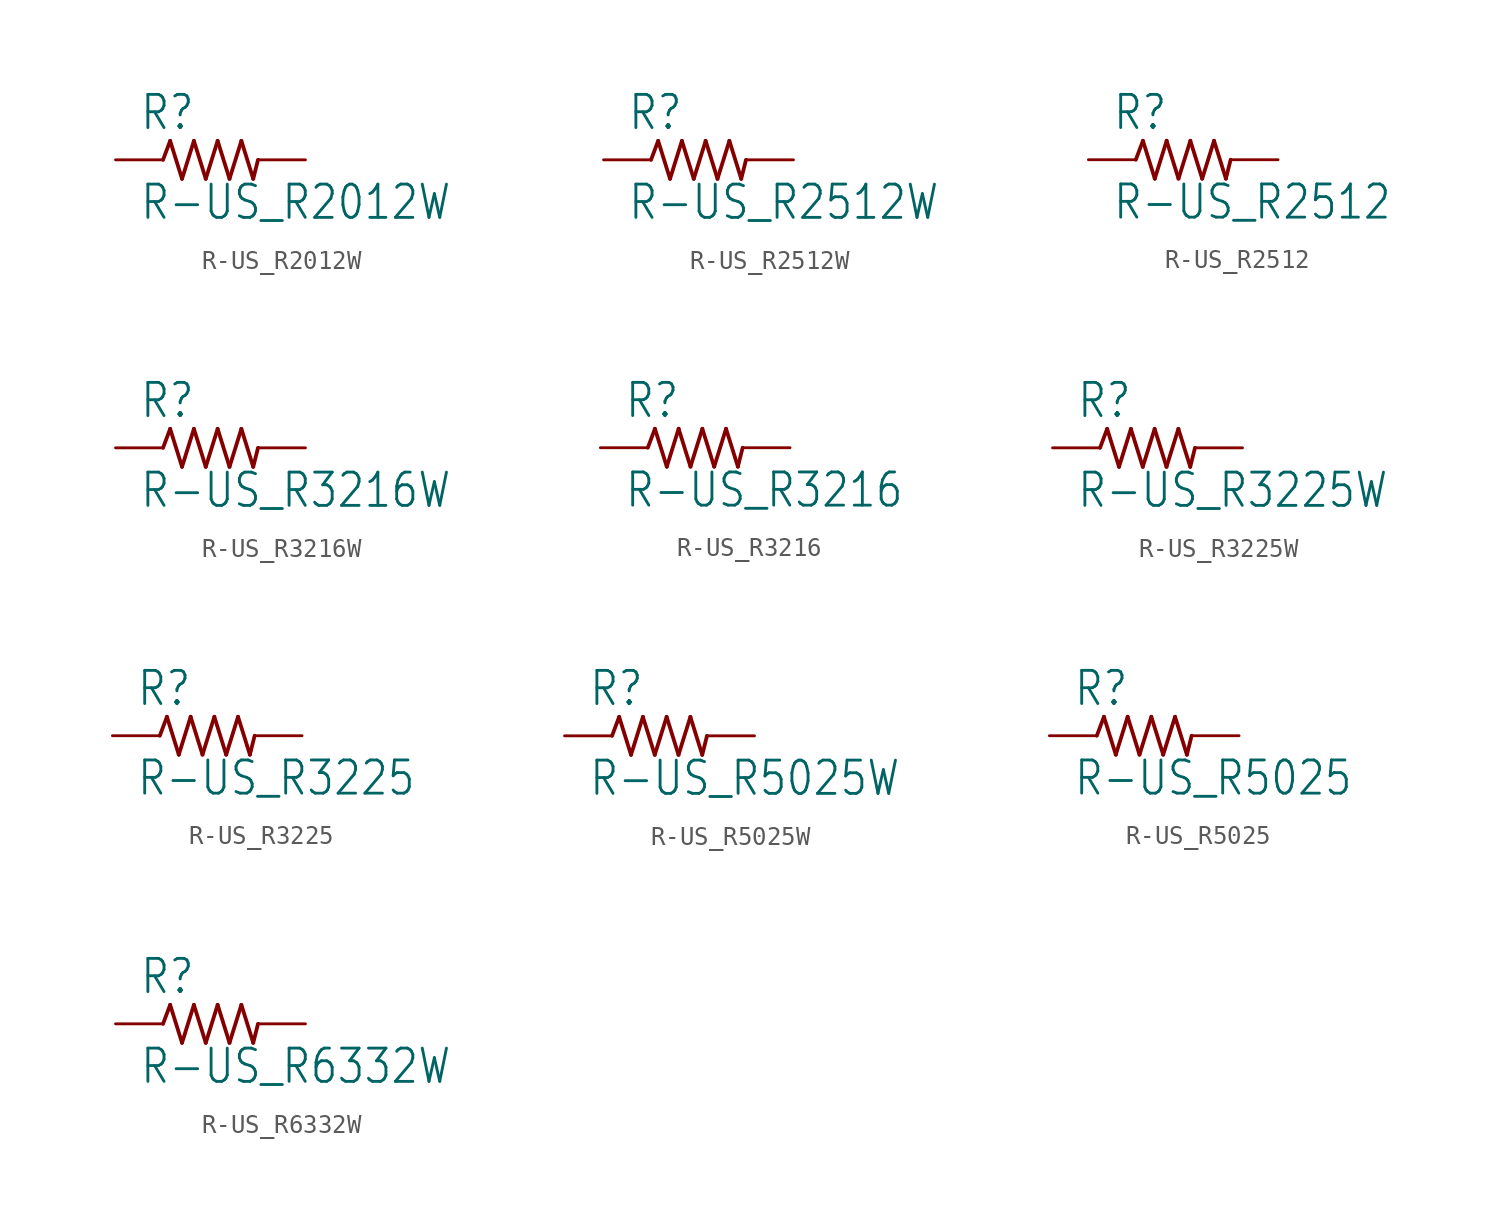
<source format=kicad_sym>
(kicad_symbol_lib
  (version 20210619)
  (generator kicad_symbol_editor)
  (symbol "R-US_R2012W"
    (property "Reference" "R"
      (at -3.81 1.499 0)
      (effects (font (size 1.778 1.511)) (justify left bottom)))
    (property "Value" "R-US_R2012W"
      (at -3.81 -3.302 0)
      (effects (font (size 1.778 1.511)) (justify left bottom)))
    (property "ki_locked" ""
      (at 0 0 0)
      (effects (font (size 1.27 1.27))))
    (symbol "R-US_R2012W_1_0"
      (polyline (pts (xy -2.54 0) (xy -2.159 1.016)) (stroke (width 0.203)) (fill (type none)))
      (polyline (pts (xy -2.159 1.016) (xy -1.524 -1.016)) (stroke (width 0.203)) (fill (type none)))
      (polyline (pts (xy -1.524 -1.016) (xy -0.889 1.016)) (stroke (width 0.203)) (fill (type none)))
      (polyline (pts (xy -0.889 1.016) (xy -0.254 -1.016)) (stroke (width 0.203)) (fill (type none)))
      (polyline (pts (xy -0.254 -1.016) (xy 0.381 1.016)) (stroke (width 0.203)) (fill (type none)))
      (polyline (pts (xy 0.381 1.016) (xy 1.016 -1.016)) (stroke (width 0.203)) (fill (type none)))
      (polyline (pts (xy 1.016 -1.016) (xy 1.651 1.016)) (stroke (width 0.203)) (fill (type none)))
      (polyline (pts (xy 1.651 1.016) (xy 2.286 -1.016)) (stroke (width 0.203)) (fill (type none)))
      (polyline (pts (xy 2.286 -1.016) (xy 2.54 0)) (stroke (width 0.203)) (fill (type none)))
      (pin passive line (at -5.08 0 0) (length 2.54) (name "1" (effects (font (size 0 0)))) (number "1" (effects (font (size 0 0)))))
      (pin passive line (at 5.08 0 180) (length 2.54) (name "2" (effects (font (size 0 0)))) (number "2" (effects (font (size 0 0)))))))
  (symbol "R-US_R2512W"
    (property "Reference" "R"
      (at -3.81 1.499 0)
      (effects (font (size 1.778 1.511)) (justify left bottom)))
    (property "Value" "R-US_R2512W"
      (at -3.81 -3.302 0)
      (effects (font (size 1.778 1.511)) (justify left bottom)))
    (property "ki_locked" ""
      (at 0 0 0)
      (effects (font (size 1.27 1.27))))
    (symbol "R-US_R2512W_1_0"
      (polyline (pts (xy -2.54 0) (xy -2.159 1.016)) (stroke (width 0.203)) (fill (type none)))
      (polyline (pts (xy -2.159 1.016) (xy -1.524 -1.016)) (stroke (width 0.203)) (fill (type none)))
      (polyline (pts (xy -1.524 -1.016) (xy -0.889 1.016)) (stroke (width 0.203)) (fill (type none)))
      (polyline (pts (xy -0.889 1.016) (xy -0.254 -1.016)) (stroke (width 0.203)) (fill (type none)))
      (polyline (pts (xy -0.254 -1.016) (xy 0.381 1.016)) (stroke (width 0.203)) (fill (type none)))
      (polyline (pts (xy 0.381 1.016) (xy 1.016 -1.016)) (stroke (width 0.203)) (fill (type none)))
      (polyline (pts (xy 1.016 -1.016) (xy 1.651 1.016)) (stroke (width 0.203)) (fill (type none)))
      (polyline (pts (xy 1.651 1.016) (xy 2.286 -1.016)) (stroke (width 0.203)) (fill (type none)))
      (polyline (pts (xy 2.286 -1.016) (xy 2.54 0)) (stroke (width 0.203)) (fill (type none)))
      (pin passive line (at -5.08 0 0) (length 2.54) (name "1" (effects (font (size 0 0)))) (number "1" (effects (font (size 0 0)))))
      (pin passive line (at 5.08 0 180) (length 2.54) (name "2" (effects (font (size 0 0)))) (number "2" (effects (font (size 0 0)))))))
  (symbol "R-US_R2512"
    (property "Reference" "R"
      (at -3.81 1.499 0)
      (effects (font (size 1.778 1.511)) (justify left bottom)))
    (property "Value" "R-US_R2512"
      (at -3.81 -3.302 0)
      (effects (font (size 1.778 1.511)) (justify left bottom)))
    (property "ki_locked" ""
      (at 0 0 0)
      (effects (font (size 1.27 1.27))))
    (symbol "R-US_R2512_1_0"
      (polyline (pts (xy -2.54 0) (xy -2.159 1.016)) (stroke (width 0.203)) (fill (type none)))
      (polyline (pts (xy -2.159 1.016) (xy -1.524 -1.016)) (stroke (width 0.203)) (fill (type none)))
      (polyline (pts (xy -1.524 -1.016) (xy -0.889 1.016)) (stroke (width 0.203)) (fill (type none)))
      (polyline (pts (xy -0.889 1.016) (xy -0.254 -1.016)) (stroke (width 0.203)) (fill (type none)))
      (polyline (pts (xy -0.254 -1.016) (xy 0.381 1.016)) (stroke (width 0.203)) (fill (type none)))
      (polyline (pts (xy 0.381 1.016) (xy 1.016 -1.016)) (stroke (width 0.203)) (fill (type none)))
      (polyline (pts (xy 1.016 -1.016) (xy 1.651 1.016)) (stroke (width 0.203)) (fill (type none)))
      (polyline (pts (xy 1.651 1.016) (xy 2.286 -1.016)) (stroke (width 0.203)) (fill (type none)))
      (polyline (pts (xy 2.286 -1.016) (xy 2.54 0)) (stroke (width 0.203)) (fill (type none)))
      (pin passive line (at -5.08 0 0) (length 2.54) (name "1" (effects (font (size 0 0)))) (number "1" (effects (font (size 0 0)))))
      (pin passive line (at 5.08 0 180) (length 2.54) (name "2" (effects (font (size 0 0)))) (number "2" (effects (font (size 0 0)))))))
  (symbol "R-US_R3216W"
    (property "Reference" "R"
      (at -3.81 1.499 0)
      (effects (font (size 1.778 1.511)) (justify left bottom)))
    (property "Value" "R-US_R3216W"
      (at -3.81 -3.302 0)
      (effects (font (size 1.778 1.511)) (justify left bottom)))
    (property "ki_locked" ""
      (at 0 0 0)
      (effects (font (size 1.27 1.27))))
    (symbol "R-US_R3216W_1_0"
      (polyline (pts (xy -2.54 0) (xy -2.159 1.016)) (stroke (width 0.203)) (fill (type none)))
      (polyline (pts (xy -2.159 1.016) (xy -1.524 -1.016)) (stroke (width 0.203)) (fill (type none)))
      (polyline (pts (xy -1.524 -1.016) (xy -0.889 1.016)) (stroke (width 0.203)) (fill (type none)))
      (polyline (pts (xy -0.889 1.016) (xy -0.254 -1.016)) (stroke (width 0.203)) (fill (type none)))
      (polyline (pts (xy -0.254 -1.016) (xy 0.381 1.016)) (stroke (width 0.203)) (fill (type none)))
      (polyline (pts (xy 0.381 1.016) (xy 1.016 -1.016)) (stroke (width 0.203)) (fill (type none)))
      (polyline (pts (xy 1.016 -1.016) (xy 1.651 1.016)) (stroke (width 0.203)) (fill (type none)))
      (polyline (pts (xy 1.651 1.016) (xy 2.286 -1.016)) (stroke (width 0.203)) (fill (type none)))
      (polyline (pts (xy 2.286 -1.016) (xy 2.54 0)) (stroke (width 0.203)) (fill (type none)))
      (pin passive line (at -5.08 0 0) (length 2.54) (name "1" (effects (font (size 0 0)))) (number "1" (effects (font (size 0 0)))))
      (pin passive line (at 5.08 0 180) (length 2.54) (name "2" (effects (font (size 0 0)))) (number "2" (effects (font (size 0 0)))))))
  (symbol "R-US_R3216"
    (property "Reference" "R"
      (at -3.81 1.499 0)
      (effects (font (size 1.778 1.511)) (justify left bottom)))
    (property "Value" "R-US_R3216"
      (at -3.81 -3.302 0)
      (effects (font (size 1.778 1.511)) (justify left bottom)))
    (property "ki_locked" ""
      (at 0 0 0)
      (effects (font (size 1.27 1.27))))
    (symbol "R-US_R3216_1_0"
      (polyline (pts (xy -2.54 0) (xy -2.159 1.016)) (stroke (width 0.203)) (fill (type none)))
      (polyline (pts (xy -2.159 1.016) (xy -1.524 -1.016)) (stroke (width 0.203)) (fill (type none)))
      (polyline (pts (xy -1.524 -1.016) (xy -0.889 1.016)) (stroke (width 0.203)) (fill (type none)))
      (polyline (pts (xy -0.889 1.016) (xy -0.254 -1.016)) (stroke (width 0.203)) (fill (type none)))
      (polyline (pts (xy -0.254 -1.016) (xy 0.381 1.016)) (stroke (width 0.203)) (fill (type none)))
      (polyline (pts (xy 0.381 1.016) (xy 1.016 -1.016)) (stroke (width 0.203)) (fill (type none)))
      (polyline (pts (xy 1.016 -1.016) (xy 1.651 1.016)) (stroke (width 0.203)) (fill (type none)))
      (polyline (pts (xy 1.651 1.016) (xy 2.286 -1.016)) (stroke (width 0.203)) (fill (type none)))
      (polyline (pts (xy 2.286 -1.016) (xy 2.54 0)) (stroke (width 0.203)) (fill (type none)))
      (pin passive line (at -5.08 0 0) (length 2.54) (name "1" (effects (font (size 0 0)))) (number "1" (effects (font (size 0 0)))))
      (pin passive line (at 5.08 0 180) (length 2.54) (name "2" (effects (font (size 0 0)))) (number "2" (effects (font (size 0 0)))))))
  (symbol "R-US_R3225W"
    (property "Reference" "R"
      (at -3.81 1.499 0)
      (effects (font (size 1.778 1.511)) (justify left bottom)))
    (property "Value" "R-US_R3225W"
      (at -3.81 -3.302 0)
      (effects (font (size 1.778 1.511)) (justify left bottom)))
    (property "ki_locked" ""
      (at 0 0 0)
      (effects (font (size 1.27 1.27))))
    (symbol "R-US_R3225W_1_0"
      (polyline (pts (xy -2.54 0) (xy -2.159 1.016)) (stroke (width 0.203)) (fill (type none)))
      (polyline (pts (xy -2.159 1.016) (xy -1.524 -1.016)) (stroke (width 0.203)) (fill (type none)))
      (polyline (pts (xy -1.524 -1.016) (xy -0.889 1.016)) (stroke (width 0.203)) (fill (type none)))
      (polyline (pts (xy -0.889 1.016) (xy -0.254 -1.016)) (stroke (width 0.203)) (fill (type none)))
      (polyline (pts (xy -0.254 -1.016) (xy 0.381 1.016)) (stroke (width 0.203)) (fill (type none)))
      (polyline (pts (xy 0.381 1.016) (xy 1.016 -1.016)) (stroke (width 0.203)) (fill (type none)))
      (polyline (pts (xy 1.016 -1.016) (xy 1.651 1.016)) (stroke (width 0.203)) (fill (type none)))
      (polyline (pts (xy 1.651 1.016) (xy 2.286 -1.016)) (stroke (width 0.203)) (fill (type none)))
      (polyline (pts (xy 2.286 -1.016) (xy 2.54 0)) (stroke (width 0.203)) (fill (type none)))
      (pin passive line (at -5.08 0 0) (length 2.54) (name "1" (effects (font (size 0 0)))) (number "1" (effects (font (size 0 0)))))
      (pin passive line (at 5.08 0 180) (length 2.54) (name "2" (effects (font (size 0 0)))) (number "2" (effects (font (size 0 0)))))))
  (symbol "R-US_R3225"
    (property "Reference" "R"
      (at -3.81 1.499 0)
      (effects (font (size 1.778 1.511)) (justify left bottom)))
    (property "Value" "R-US_R3225"
      (at -3.81 -3.302 0)
      (effects (font (size 1.778 1.511)) (justify left bottom)))
    (property "ki_locked" ""
      (at 0 0 0)
      (effects (font (size 1.27 1.27))))
    (symbol "R-US_R3225_1_0"
      (polyline (pts (xy -2.54 0) (xy -2.159 1.016)) (stroke (width 0.203)) (fill (type none)))
      (polyline (pts (xy -2.159 1.016) (xy -1.524 -1.016)) (stroke (width 0.203)) (fill (type none)))
      (polyline (pts (xy -1.524 -1.016) (xy -0.889 1.016)) (stroke (width 0.203)) (fill (type none)))
      (polyline (pts (xy -0.889 1.016) (xy -0.254 -1.016)) (stroke (width 0.203)) (fill (type none)))
      (polyline (pts (xy -0.254 -1.016) (xy 0.381 1.016)) (stroke (width 0.203)) (fill (type none)))
      (polyline (pts (xy 0.381 1.016) (xy 1.016 -1.016)) (stroke (width 0.203)) (fill (type none)))
      (polyline (pts (xy 1.016 -1.016) (xy 1.651 1.016)) (stroke (width 0.203)) (fill (type none)))
      (polyline (pts (xy 1.651 1.016) (xy 2.286 -1.016)) (stroke (width 0.203)) (fill (type none)))
      (polyline (pts (xy 2.286 -1.016) (xy 2.54 0)) (stroke (width 0.203)) (fill (type none)))
      (pin passive line (at -5.08 0 0) (length 2.54) (name "1" (effects (font (size 0 0)))) (number "1" (effects (font (size 0 0)))))
      (pin passive line (at 5.08 0 180) (length 2.54) (name "2" (effects (font (size 0 0)))) (number "2" (effects (font (size 0 0)))))))
  (symbol "R-US_R5025W"
    (property "Reference" "R"
      (at -3.81 1.499 0)
      (effects (font (size 1.778 1.511)) (justify left bottom)))
    (property "Value" "R-US_R5025W"
      (at -3.81 -3.302 0)
      (effects (font (size 1.778 1.511)) (justify left bottom)))
    (property "ki_locked" ""
      (at 0 0 0)
      (effects (font (size 1.27 1.27))))
    (symbol "R-US_R5025W_1_0"
      (polyline (pts (xy -2.54 0) (xy -2.159 1.016)) (stroke (width 0.203)) (fill (type none)))
      (polyline (pts (xy -2.159 1.016) (xy -1.524 -1.016)) (stroke (width 0.203)) (fill (type none)))
      (polyline (pts (xy -1.524 -1.016) (xy -0.889 1.016)) (stroke (width 0.203)) (fill (type none)))
      (polyline (pts (xy -0.889 1.016) (xy -0.254 -1.016)) (stroke (width 0.203)) (fill (type none)))
      (polyline (pts (xy -0.254 -1.016) (xy 0.381 1.016)) (stroke (width 0.203)) (fill (type none)))
      (polyline (pts (xy 0.381 1.016) (xy 1.016 -1.016)) (stroke (width 0.203)) (fill (type none)))
      (polyline (pts (xy 1.016 -1.016) (xy 1.651 1.016)) (stroke (width 0.203)) (fill (type none)))
      (polyline (pts (xy 1.651 1.016) (xy 2.286 -1.016)) (stroke (width 0.203)) (fill (type none)))
      (polyline (pts (xy 2.286 -1.016) (xy 2.54 0)) (stroke (width 0.203)) (fill (type none)))
      (pin passive line (at -5.08 0 0) (length 2.54) (name "1" (effects (font (size 0 0)))) (number "1" (effects (font (size 0 0)))))
      (pin passive line (at 5.08 0 180) (length 2.54) (name "2" (effects (font (size 0 0)))) (number "2" (effects (font (size 0 0)))))))
  (symbol "R-US_R5025"
    (property "Reference" "R"
      (at -3.81 1.499 0)
      (effects (font (size 1.778 1.511)) (justify left bottom)))
    (property "Value" "R-US_R5025"
      (at -3.81 -3.302 0)
      (effects (font (size 1.778 1.511)) (justify left bottom)))
    (property "ki_locked" ""
      (at 0 0 0)
      (effects (font (size 1.27 1.27))))
    (symbol "R-US_R5025_1_0"
      (polyline (pts (xy -2.54 0) (xy -2.159 1.016)) (stroke (width 0.203)) (fill (type none)))
      (polyline (pts (xy -2.159 1.016) (xy -1.524 -1.016)) (stroke (width 0.203)) (fill (type none)))
      (polyline (pts (xy -1.524 -1.016) (xy -0.889 1.016)) (stroke (width 0.203)) (fill (type none)))
      (polyline (pts (xy -0.889 1.016) (xy -0.254 -1.016)) (stroke (width 0.203)) (fill (type none)))
      (polyline (pts (xy -0.254 -1.016) (xy 0.381 1.016)) (stroke (width 0.203)) (fill (type none)))
      (polyline (pts (xy 0.381 1.016) (xy 1.016 -1.016)) (stroke (width 0.203)) (fill (type none)))
      (polyline (pts (xy 1.016 -1.016) (xy 1.651 1.016)) (stroke (width 0.203)) (fill (type none)))
      (polyline (pts (xy 1.651 1.016) (xy 2.286 -1.016)) (stroke (width 0.203)) (fill (type none)))
      (polyline (pts (xy 2.286 -1.016) (xy 2.54 0)) (stroke (width 0.203)) (fill (type none)))
      (pin passive line (at -5.08 0 0) (length 2.54) (name "1" (effects (font (size 0 0)))) (number "1" (effects (font (size 0 0)))))
      (pin passive line (at 5.08 0 180) (length 2.54) (name "2" (effects (font (size 0 0)))) (number "2" (effects (font (size 0 0)))))))
  (symbol "R-US_R6332W"
    (property "Reference" "R"
      (at -3.81 1.499 0)
      (effects (font (size 1.778 1.511)) (justify left bottom)))
    (property "Value" "R-US_R6332W"
      (at -3.81 -3.302 0)
      (effects (font (size 1.778 1.511)) (justify left bottom)))
    (property "ki_locked" ""
      (at 0 0 0)
      (effects (font (size 1.27 1.27))))
    (symbol "R-US_R6332W_1_0"
      (polyline (pts (xy -2.54 0) (xy -2.159 1.016)) (stroke (width 0.203)) (fill (type none)))
      (polyline (pts (xy -2.159 1.016) (xy -1.524 -1.016)) (stroke (width 0.203)) (fill (type none)))
      (polyline (pts (xy -1.524 -1.016) (xy -0.889 1.016)) (stroke (width 0.203)) (fill (type none)))
      (polyline (pts (xy -0.889 1.016) (xy -0.254 -1.016)) (stroke (width 0.203)) (fill (type none)))
      (polyline (pts (xy -0.254 -1.016) (xy 0.381 1.016)) (stroke (width 0.203)) (fill (type none)))
      (polyline (pts (xy 0.381 1.016) (xy 1.016 -1.016)) (stroke (width 0.203)) (fill (type none)))
      (polyline (pts (xy 1.016 -1.016) (xy 1.651 1.016)) (stroke (width 0.203)) (fill (type none)))
      (polyline (pts (xy 1.651 1.016) (xy 2.286 -1.016)) (stroke (width 0.203)) (fill (type none)))
      (polyline (pts (xy 2.286 -1.016) (xy 2.54 0)) (stroke (width 0.203)) (fill (type none)))
      (pin passive line (at -5.08 0 0) (length 2.54) (name "1" (effects (font (size 0 0)))) (number "1" (effects (font (size 0 0)))))
      (pin passive line (at 5.08 0 180) (length 2.54) (name "2" (effects (font (size 0 0)))) (number "2" (effects (font (size 0 0))))))))
</source>
